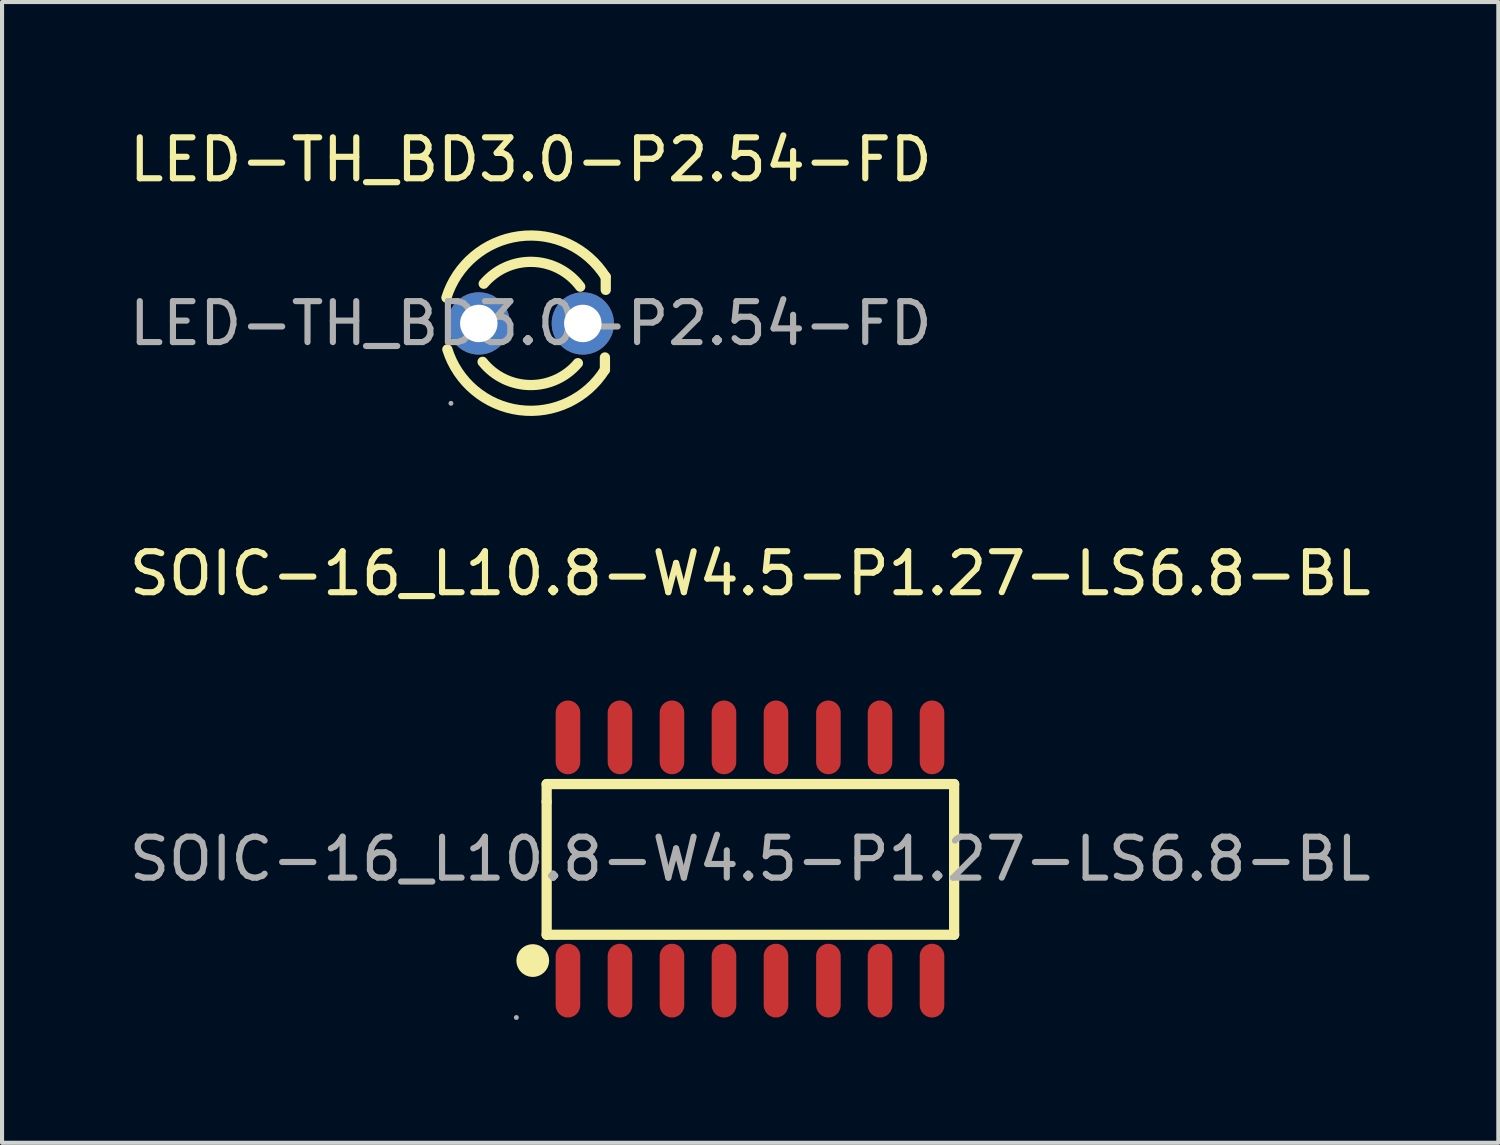
<source format=kicad_pcb>
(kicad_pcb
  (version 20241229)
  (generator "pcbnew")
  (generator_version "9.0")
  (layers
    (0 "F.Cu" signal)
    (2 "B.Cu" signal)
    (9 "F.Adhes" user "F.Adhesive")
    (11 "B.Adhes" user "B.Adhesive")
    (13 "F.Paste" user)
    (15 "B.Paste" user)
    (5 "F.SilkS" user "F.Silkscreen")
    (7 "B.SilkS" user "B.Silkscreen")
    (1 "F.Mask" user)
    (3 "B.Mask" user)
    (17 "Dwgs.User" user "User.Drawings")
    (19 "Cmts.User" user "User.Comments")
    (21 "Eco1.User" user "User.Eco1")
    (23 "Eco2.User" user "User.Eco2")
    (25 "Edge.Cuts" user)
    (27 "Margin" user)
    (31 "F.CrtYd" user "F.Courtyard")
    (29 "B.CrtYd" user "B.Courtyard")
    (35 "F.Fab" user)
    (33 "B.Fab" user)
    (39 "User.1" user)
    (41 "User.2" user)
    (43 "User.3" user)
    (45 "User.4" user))
  (footprint "SOIC-16_L10.8-W4.5-P1.27-LS6.8-BL"
    (layer "F.Cu")
    (at 15.268 17.925)
    (property "Reference" "SOIC-16_L10.8-W4.5-P1.27-LS6.8-BL" (at 0 -6.97 0) (layer "F.SilkS") (effects (font (size 1 1) (thickness 0.15))))
    (attr smd)
    (fp_line (start -4.97 -1.83) (end -4.97 -1.4) (stroke (width 0.25) (type solid)) (layer "F.SilkS"))
    (fp_line (start -4.97 -1.4) (end -4.97 1.85) (stroke (width 0.25) (type solid)) (layer "F.SilkS"))
    (fp_line (start -4.97 1.85) (end 4.98 1.85) (stroke (width 0.25) (type solid)) (layer "F.SilkS"))
    (fp_line (start 4.98 -1.83) (end -4.97 -1.83) (stroke (width 0.25) (type solid)) (layer "F.SilkS"))
    (fp_line (start 4.98 1.85) (end 4.98 -1.83) (stroke (width 0.25) (type solid)) (layer "F.SilkS"))
    (fp_arc (start -5.3 2.28) (mid -5.314988 2.680188) (end -5.310027 2.27975) (stroke (width 0.4) (type solid)) (layer "F.SilkS"))
    (fp_circle (center -5.71 3.87) (end -5.68 3.87) (stroke (width 0.06) (type solid)) (fill no) (layer "F.Fab"))
    (fp_text user "${REFERENCE}" (at 0 0 0) (layer "F.Fab") (effects (font (size 1 1) (thickness 0.15))))
    (pad "1" smd oval (at -4.45 2.97 180) (size 0.6 1.8) (layers "F.Cu" "F.Mask" "F.Paste"))
    (pad "2" smd oval (at -3.18 2.97 180) (size 0.6 1.8) (layers "F.Cu" "F.Mask" "F.Paste"))
    (pad "3" smd oval (at -1.91 2.97 180) (size 0.6 1.8) (layers "F.Cu" "F.Mask" "F.Paste"))
    (pad "4" smd oval (at -0.64 2.97 180) (size 0.6 1.8) (layers "F.Cu" "F.Mask" "F.Paste"))
    (pad "5" smd oval (at 0.63 2.97 180) (size 0.6 1.8) (layers "F.Cu" "F.Mask" "F.Paste"))
    (pad "6" smd oval (at 1.91 2.97 180) (size 0.6 1.8) (layers "F.Cu" "F.Mask" "F.Paste"))
    (pad "7" smd oval (at 3.17 2.97 180) (size 0.6 1.8) (layers "F.Cu" "F.Mask" "F.Paste"))
    (pad "8" smd oval (at 4.44 2.97 180) (size 0.6 1.8) (layers "F.Cu" "F.Mask" "F.Paste"))
    (pad "9" smd oval (at 4.44 -2.97 180) (size 0.6 1.8) (layers "F.Cu" "F.Mask" "F.Paste"))
    (pad "10" smd oval (at 3.17 -2.97 180) (size 0.6 1.8) (layers "F.Cu" "F.Mask" "F.Paste"))
    (pad "11" smd oval (at 1.91 -2.97 180) (size 0.6 1.8) (layers "F.Cu" "F.Mask" "F.Paste"))
    (pad "12" smd oval (at 0.63 -2.97 180) (size 0.6 1.8) (layers "F.Cu" "F.Mask" "F.Paste"))
    (pad "13" smd oval (at -0.64 -2.97 180) (size 0.6 1.8) (layers "F.Cu" "F.Mask" "F.Paste"))
    (pad "14" smd oval (at -1.91 -2.97 180) (size 0.6 1.8) (layers "F.Cu" "F.Mask" "F.Paste"))
    (pad "15" smd oval (at -3.18 -2.97 180) (size 0.6 1.8) (layers "F.Cu" "F.Mask" "F.Paste"))
    (pad "16" smd oval (at -4.45 -2.97 180) (size 0.6 1.8) (layers "F.Cu" "F.Mask" "F.Paste")))
  (footprint "LED-TH_BD3.0-P2.54-FD"
    (layer "F.Cu")
    (at 9.911 4.848)
    (property "Reference" "LED-TH_BD3.0-P2.54-FD" (at 0 -4 0) (layer "F.SilkS") (effects (font (size 1 1) (thickness 0.15))))
    (attr smd)
    (fp_line (start 1.81 0.83) (end 1.81 1.13) (stroke (width 0.25) (type solid)) (layer "F.SilkS"))
    (fp_line (start 1.83 -1.14) (end 1.83 -0.82) (stroke (width 0.25) (type solid)) (layer "F.SilkS"))
    (fp_arc (start -2.06 -0.63) (mid -0.281041 -2.128742) (end 1.824724 -1.140471) (stroke (width 0.25) (type solid)) (layer "F.SilkS"))
    (fp_arc (start -1.15 -0.97) (mid 0.045863 -1.503761) (end 1.206975 -0.898115) (stroke (width 0.25) (type solid)) (layer "F.SilkS"))
    (fp_arc (start 1.15 0.97) (mid -0.021187 1.504311) (end -1.176862 0.937228) (stroke (width 0.25) (type solid)) (layer "F.SilkS"))
    (fp_arc (start 1.81 1.13) (mid -0.27286 2.116258) (end -2.037433 0.63393) (stroke (width 0.25) (type solid)) (layer "F.SilkS"))
    (fp_circle (center -1.95 1.95) (end -1.92 1.95) (stroke (width 0.06) (type solid)) (fill no) (layer "F.Fab"))
    (fp_text user "${REFERENCE}" (at 0 0 0) (layer "F.Fab") (effects (font (size 1 1) (thickness 0.15))))
    (pad "1" thru_hole circle (at -1.27 0) (size 1.52 1.52) (drill 0.914) (layers "*.Cu" "*.Paste" "*.Mask"))
    (pad "2" thru_hole circle (at 1.27 0) (size 1.52 1.52) (drill 0.914) (layers "*.Cu" "*.Paste" "*.Mask")))
  (gr_rect
    (start -3 -3)
    (end 33.536 24.855)
    (stroke (width 0.1) (type default))
    (fill no)
    (layer "Edge.Cuts")))
</source>
